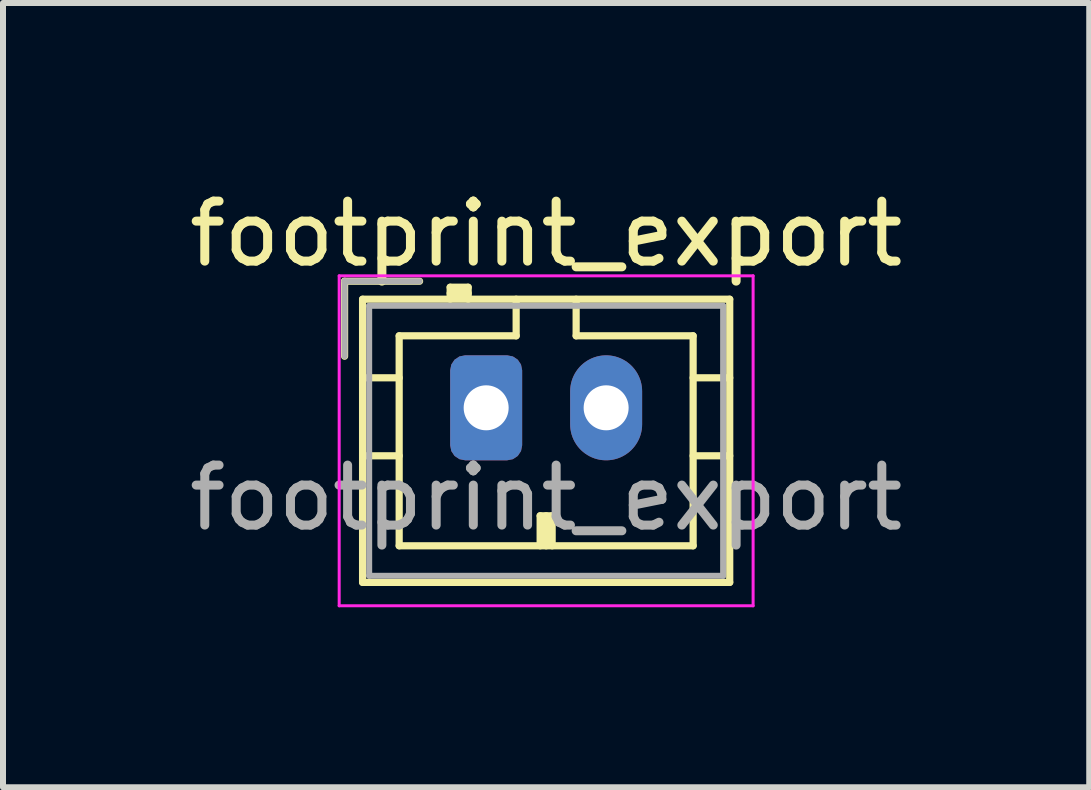
<source format=kicad_pcb>
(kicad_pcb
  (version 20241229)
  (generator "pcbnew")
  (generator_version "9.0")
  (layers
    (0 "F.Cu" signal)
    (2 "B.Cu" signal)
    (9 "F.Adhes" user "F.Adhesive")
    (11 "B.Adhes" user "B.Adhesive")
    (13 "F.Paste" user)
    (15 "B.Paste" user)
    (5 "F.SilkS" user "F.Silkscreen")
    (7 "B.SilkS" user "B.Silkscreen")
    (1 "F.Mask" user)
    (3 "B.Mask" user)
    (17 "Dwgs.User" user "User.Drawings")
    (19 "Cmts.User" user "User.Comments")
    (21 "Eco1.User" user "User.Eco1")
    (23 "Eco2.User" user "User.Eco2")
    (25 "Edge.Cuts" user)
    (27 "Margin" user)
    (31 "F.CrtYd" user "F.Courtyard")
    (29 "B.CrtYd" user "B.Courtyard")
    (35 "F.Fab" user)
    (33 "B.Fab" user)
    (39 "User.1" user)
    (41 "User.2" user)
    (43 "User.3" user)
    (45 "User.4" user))
  (footprint "footprint_export"
    (layer "F.Cu")
    (at 5.054 3.748)
    (property "Reference" "footprint_export" (at 1 -2.9 0) (layer "F.SilkS") (effects (font (size 1 1) (thickness 0.15))))
    (attr through_hole)
    (fp_line (start -2.36 -2.11) (end -2.36 -0.86) (stroke (width 0.12) (type solid)) (layer "F.SilkS"))
    (fp_line (start -2.06 -1.81) (end -2.06 2.91) (stroke (width 0.12) (type solid)) (layer "F.SilkS"))
    (fp_line (start -2.06 -0.5) (end -1.45 -0.5) (stroke (width 0.12) (type solid)) (layer "F.SilkS"))
    (fp_line (start -2.06 0.8) (end -1.45 0.8) (stroke (width 0.12) (type solid)) (layer "F.SilkS"))
    (fp_line (start -2.06 2.91) (end 4.06 2.91) (stroke (width 0.12) (type solid)) (layer "F.SilkS"))
    (fp_line (start -1.45 -1.2) (end -1.45 2.3) (stroke (width 0.12) (type solid)) (layer "F.SilkS"))
    (fp_line (start -1.45 2.3) (end 3.45 2.3) (stroke (width 0.12) (type solid)) (layer "F.SilkS"))
    (fp_line (start -1.11 -2.11) (end -2.36 -2.11) (stroke (width 0.12) (type solid)) (layer "F.SilkS"))
    (fp_line (start -0.6 -2.01) (end -0.6 -1.81) (stroke (width 0.12) (type solid)) (layer "F.SilkS"))
    (fp_line (start -0.3 -2.01) (end -0.6 -2.01) (stroke (width 0.12) (type solid)) (layer "F.SilkS"))
    (fp_line (start -0.3 -1.91) (end -0.6 -1.91) (stroke (width 0.12) (type solid)) (layer "F.SilkS"))
    (fp_line (start -0.3 -1.81) (end -0.3 -2.01) (stroke (width 0.12) (type solid)) (layer "F.SilkS"))
    (fp_line (start 0.5 -1.81) (end 0.5 -1.2) (stroke (width 0.12) (type solid)) (layer "F.SilkS"))
    (fp_line (start 0.5 -1.2) (end -1.45 -1.2) (stroke (width 0.12) (type solid)) (layer "F.SilkS"))
    (fp_line (start 0.9 1.8) (end 1.1 1.8) (stroke (width 0.12) (type solid)) (layer "F.SilkS"))
    (fp_line (start 0.9 2.3) (end 0.9 1.8) (stroke (width 0.12) (type solid)) (layer "F.SilkS"))
    (fp_line (start 1 2.3) (end 1 1.8) (stroke (width 0.12) (type solid)) (layer "F.SilkS"))
    (fp_line (start 1.1 1.8) (end 1.1 2.3) (stroke (width 0.12) (type solid)) (layer "F.SilkS"))
    (fp_line (start 1.5 -1.2) (end 1.5 -1.81) (stroke (width 0.12) (type solid)) (layer "F.SilkS"))
    (fp_line (start 3.45 -1.2) (end 1.5 -1.2) (stroke (width 0.12) (type solid)) (layer "F.SilkS"))
    (fp_line (start 3.45 2.3) (end 3.45 -1.2) (stroke (width 0.12) (type solid)) (layer "F.SilkS"))
    (fp_line (start 4.06 -1.81) (end -2.06 -1.81) (stroke (width 0.12) (type solid)) (layer "F.SilkS"))
    (fp_line (start 4.06 -0.5) (end 3.45 -0.5) (stroke (width 0.12) (type solid)) (layer "F.SilkS"))
    (fp_line (start 4.06 0.8) (end 3.45 0.8) (stroke (width 0.12) (type solid)) (layer "F.SilkS"))
    (fp_line (start 4.06 2.91) (end 4.06 -1.81) (stroke (width 0.12) (type solid)) (layer "F.SilkS"))
    (fp_line (start -2.45 -2.2) (end -2.45 3.3) (stroke (width 0.05) (type solid)) (layer "F.CrtYd"))
    (fp_line (start -2.45 3.3) (end 4.45 3.3) (stroke (width 0.05) (type solid)) (layer "F.CrtYd"))
    (fp_line (start 4.45 -2.2) (end -2.45 -2.2) (stroke (width 0.05) (type solid)) (layer "F.CrtYd"))
    (fp_line (start 4.45 3.3) (end 4.45 -2.2) (stroke (width 0.05) (type solid)) (layer "F.CrtYd"))
    (fp_line (start -2.36 -2.11) (end -2.36 -0.86) (stroke (width 0.1) (type solid)) (layer "F.Fab"))
    (fp_line (start -1.95 -1.7) (end -1.95 2.8) (stroke (width 0.1) (type solid)) (layer "F.Fab"))
    (fp_line (start -1.95 2.8) (end 3.95 2.8) (stroke (width 0.1) (type solid)) (layer "F.Fab"))
    (fp_line (start -1.11 -2.11) (end -2.36 -2.11) (stroke (width 0.1) (type solid)) (layer "F.Fab"))
    (fp_line (start 3.95 -1.7) (end -1.95 -1.7) (stroke (width 0.1) (type solid)) (layer "F.Fab"))
    (fp_line (start 3.95 2.8) (end 3.95 -1.7) (stroke (width 0.1) (type solid)) (layer "F.Fab"))
    (fp_text user "${REFERENCE}" (at 1 1.5 0) (layer "F.Fab") (effects (font (size 1 1) (thickness 0.15))))
    (pad "1" thru_hole roundrect (at 0 0) (size 1.2 1.75) (drill 0.75) (layers "*.Cu" "*.Mask") (roundrect_rratio 0.208))
    (pad "2" thru_hole oval (at 2 0) (size 1.2 1.75) (drill 0.75) (layers "*.Cu" "*.Mask")))
  (gr_rect
    (start -3 -3)
    (end 15.107 10.073)
    (stroke (width 0.1) (type default))
    (fill no)
    (layer "Edge.Cuts")))
</source>
